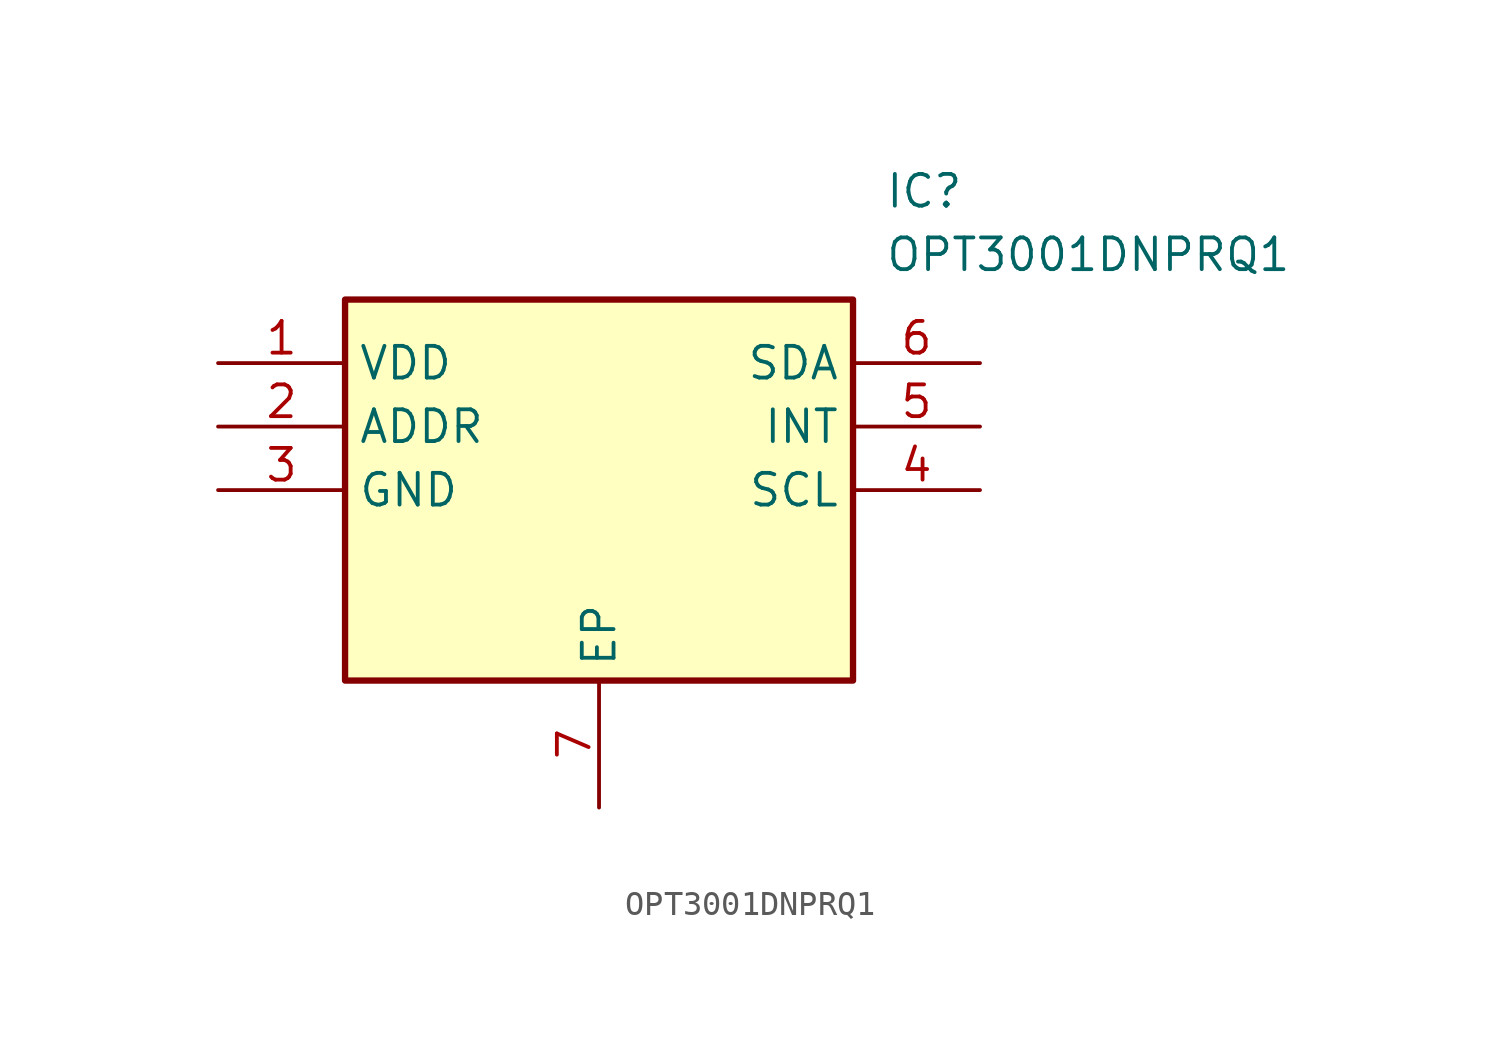
<source format=kicad_sym>
(kicad_symbol_lib
  (version 20211014)
  (generator SamacSys_ECAD_Model)
  (symbol "OPT3001DNPRQ1"
    (property "Reference" "IC"
      (at 26.67 7.62 0)
      (effects (font (size 1.27 1.27)) (justify left top)))
    (property "Value" "OPT3001DNPRQ1"
      (at 26.67 5.08 0)
      (effects (font (size 1.27 1.27)) (justify left top)))
    (rectangle
      (start 5.08 2.54)
      (end 25.4 -12.7)
      (stroke (width 0.254) (type default))
      (fill (type background)))
    (pin passive line
      (at 0 0 0)
      (length 5.08)
      (name "VDD" (effects (font (size 1.27 1.27))))
      (number "1" (effects (font (size 1.27 1.27)))))
    (pin passive line
      (at 0 -2.54 0)
      (length 5.08)
      (name "ADDR" (effects (font (size 1.27 1.27))))
      (number "2" (effects (font (size 1.27 1.27)))))
    (pin passive line
      (at 0 -5.08 0)
      (length 5.08)
      (name "GND" (effects (font (size 1.27 1.27))))
      (number "3" (effects (font (size 1.27 1.27)))))
    (pin passive line
      (at 15.24 -17.78 90)
      (length 5.08)
      (name "EP" (effects (font (size 1.27 1.27))))
      (number "7" (effects (font (size 1.27 1.27)))))
    (pin passive line
      (at 30.48 0 180)
      (length 5.08)
      (name "SDA" (effects (font (size 1.27 1.27))))
      (number "6" (effects (font (size 1.27 1.27)))))
    (pin passive line
      (at 30.48 -2.54 180)
      (length 5.08)
      (name "INT" (effects (font (size 1.27 1.27))))
      (number "5" (effects (font (size 1.27 1.27)))))
    (pin passive line
      (at 30.48 -5.08 180)
      (length 5.08)
      (name "SCL" (effects (font (size 1.27 1.27))))
      (number "4" (effects (font (size 1.27 1.27)))))))
</source>
